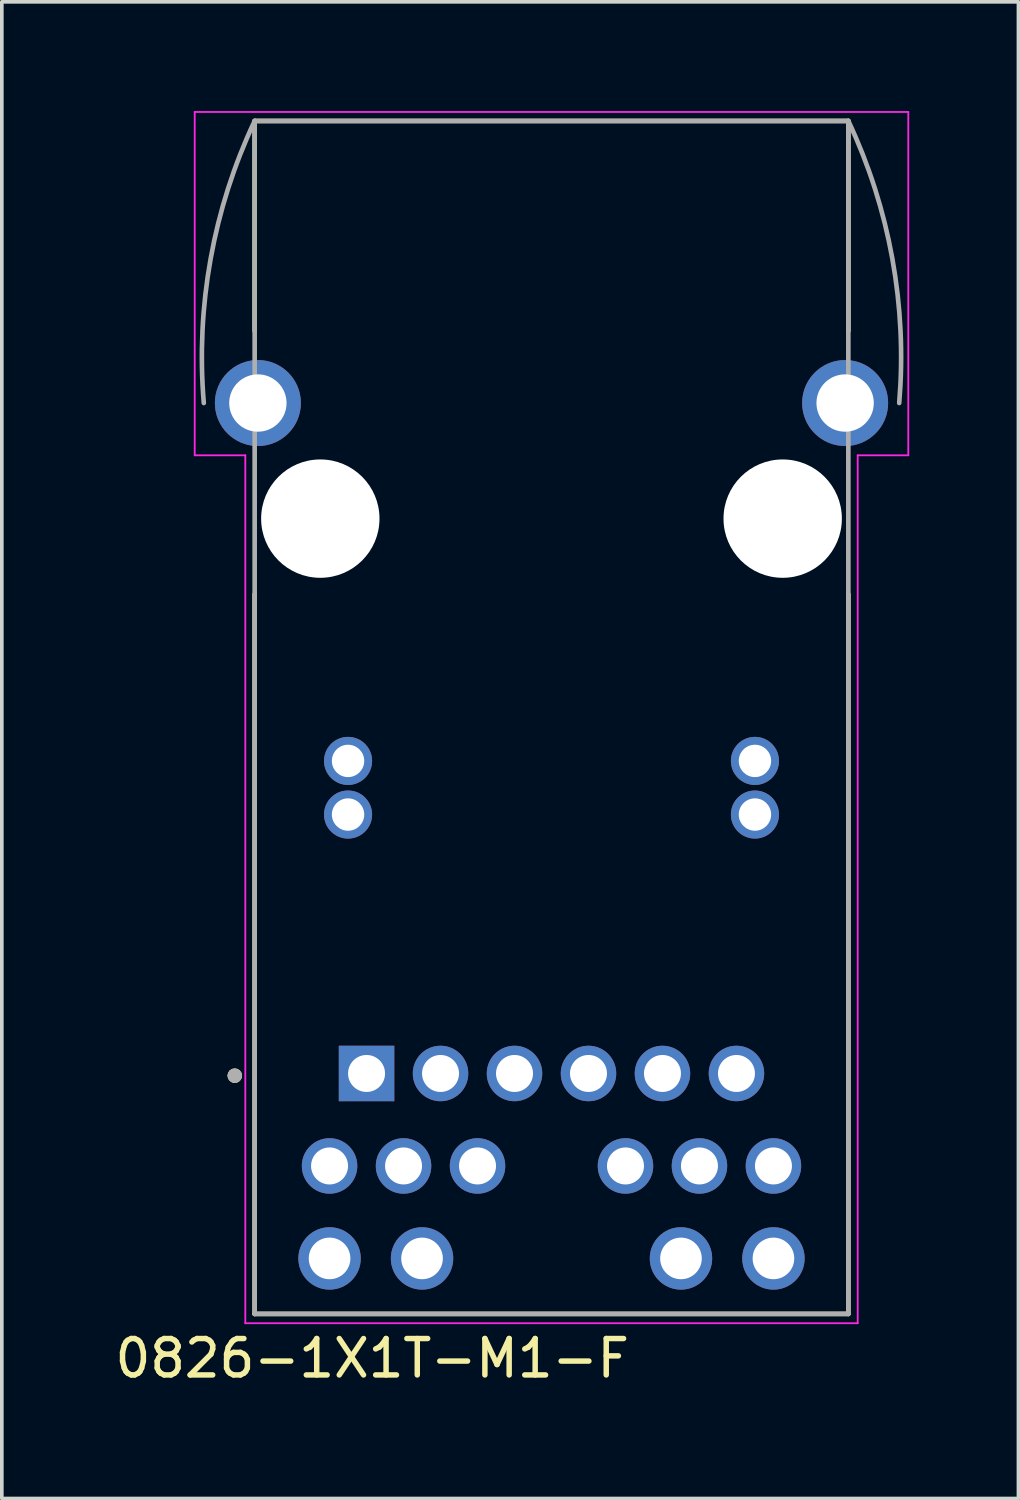
<source format=kicad_pcb>
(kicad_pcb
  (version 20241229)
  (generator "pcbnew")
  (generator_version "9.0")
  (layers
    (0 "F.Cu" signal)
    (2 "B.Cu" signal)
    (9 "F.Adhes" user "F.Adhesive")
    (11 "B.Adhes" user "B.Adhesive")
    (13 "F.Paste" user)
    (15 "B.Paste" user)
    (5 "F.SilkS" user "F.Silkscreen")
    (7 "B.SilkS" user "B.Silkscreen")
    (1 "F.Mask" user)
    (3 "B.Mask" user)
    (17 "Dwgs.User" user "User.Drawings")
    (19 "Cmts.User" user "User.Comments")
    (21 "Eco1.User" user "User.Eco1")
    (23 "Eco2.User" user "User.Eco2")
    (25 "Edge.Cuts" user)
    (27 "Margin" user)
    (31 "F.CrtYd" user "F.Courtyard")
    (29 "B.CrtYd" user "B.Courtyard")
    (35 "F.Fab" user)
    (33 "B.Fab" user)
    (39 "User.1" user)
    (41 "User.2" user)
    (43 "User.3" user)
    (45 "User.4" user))
  (footprint "0826-1X1T-M1-F"
    (layer "F.Cu")
    (at 12.098 11.195)
    (property "Reference" "0826-1X1T-M1-F" (at -4.925 23.065 0) (layer "F.SilkS") (effects (font (size 1 1) (thickness 0.15))))
    (attr through_hole)
    (fp_line (start -8.153 -5.156) (end -8.153 -10.922) (stroke (width 0.127) (type solid)) (layer "F.SilkS"))
    (fp_line (start -8.153 21.844) (end -8.153 2.078) (stroke (width 0.127) (type solid)) (layer "F.SilkS"))
    (fp_line (start -8.153 21.844) (end 8.153 21.844) (stroke (width 0.127) (type solid)) (layer "F.SilkS"))
    (fp_line (start 8.153 -10.922) (end -8.153 -10.922) (stroke (width 0.127) (type solid)) (layer "F.SilkS"))
    (fp_line (start 8.153 -5.156) (end 8.153 -10.922) (stroke (width 0.127) (type solid)) (layer "F.SilkS"))
    (fp_line (start 8.153 21.844) (end 8.153 2.078) (stroke (width 0.127) (type solid)) (layer "F.SilkS"))
    (fp_circle (center -8.7 15.3) (end -8.6 15.3) (stroke (width 0.2) (type solid)) (fill no) (layer "F.SilkS"))
    (fp_line (start -9.8 -11.17) (end 9.8 -11.17) (stroke (width 0.05) (type solid)) (layer "F.CrtYd"))
    (fp_line (start -9.8 -1.74) (end -9.8 -11.17) (stroke (width 0.05) (type solid)) (layer "F.CrtYd"))
    (fp_line (start -8.41 -1.74) (end -9.8 -1.74) (stroke (width 0.05) (type solid)) (layer "F.CrtYd"))
    (fp_line (start -8.41 22.1) (end -8.41 -1.74) (stroke (width 0.05) (type solid)) (layer "F.CrtYd"))
    (fp_line (start 8.41 -1.74) (end 8.41 22.1) (stroke (width 0.05) (type solid)) (layer "F.CrtYd"))
    (fp_line (start 8.41 22.1) (end -8.41 22.1) (stroke (width 0.05) (type solid)) (layer "F.CrtYd"))
    (fp_line (start 9.8 -11.17) (end 9.8 -1.74) (stroke (width 0.05) (type solid)) (layer "F.CrtYd"))
    (fp_line (start 9.8 -1.74) (end 8.41 -1.74) (stroke (width 0.05) (type solid)) (layer "F.CrtYd"))
    (fp_line (start -8.153 -10.922) (end -8.153 21.844) (stroke (width 0.127) (type solid)) (layer "F.Fab"))
    (fp_line (start -8.153 21.844) (end 8.153 21.844) (stroke (width 0.127) (type solid)) (layer "F.Fab"))
    (fp_line (start 8.153 -10.922) (end -8.153 -10.922) (stroke (width 0.127) (type solid)) (layer "F.Fab"))
    (fp_line (start 8.153 21.844) (end 8.153 -10.922) (stroke (width 0.127) (type solid)) (layer "F.Fab"))
    (fp_arc (start -9.5504 -3.175) (mid -9.361856 -7.140459) (end -8.1534 -10.922) (stroke (width 0.127) (type solid)) (layer "F.Fab"))
    (fp_arc (start 8.1534 -10.922) (mid 9.361856 -7.140459) (end 9.5504 -3.175) (stroke (width 0.127) (type solid)) (layer "F.Fab"))
    (fp_circle (center -8.7 15.3) (end -8.6 15.3) (stroke (width 0.2) (type solid)) (fill no) (layer "F.Fab"))
    (pad "" np_thru_hole circle (at -6.35 0) (size 3.251 3.251) (drill 3.251) (layers "*.Cu" "*.Mask"))
    (pad "" np_thru_hole circle (at 6.35 0) (size 3.251 3.251) (drill 3.251) (layers "*.Cu" "*.Mask"))
    (pad "1" thru_hole rect (at -5.08 15.24) (size 1.524 1.524) (drill 1.016) (layers "*.Cu" "*.Mask"))
    (pad "2" thru_hole circle (at -3.048 15.24) (size 1.524 1.524) (drill 1.016) (layers "*.Cu" "*.Mask"))
    (pad "3" thru_hole circle (at -1.016 15.24) (size 1.524 1.524) (drill 1.016) (layers "*.Cu" "*.Mask"))
    (pad "4" thru_hole circle (at 1.016 15.24) (size 1.524 1.524) (drill 1.016) (layers "*.Cu" "*.Mask"))
    (pad "5" thru_hole circle (at 3.048 15.24) (size 1.524 1.524) (drill 1.016) (layers "*.Cu" "*.Mask"))
    (pad "6" thru_hole circle (at 5.08 15.24) (size 1.524 1.524) (drill 1.016) (layers "*.Cu" "*.Mask"))
    (pad "7" thru_hole circle (at -6.096 17.78) (size 1.524 1.524) (drill 1.016) (layers "*.Cu" "*.Mask"))
    (pad "8" thru_hole circle (at -4.064 17.78) (size 1.524 1.524) (drill 1.016) (layers "*.Cu" "*.Mask"))
    (pad "9" thru_hole circle (at -2.032 17.78) (size 1.524 1.524) (drill 1.016) (layers "*.Cu" "*.Mask"))
    (pad "10" thru_hole circle (at 2.032 17.78) (size 1.524 1.524) (drill 1.016) (layers "*.Cu" "*.Mask"))
    (pad "11" thru_hole circle (at 4.064 17.78) (size 1.524 1.524) (drill 1.016) (layers "*.Cu" "*.Mask"))
    (pad "12" thru_hole circle (at 6.096 17.78) (size 1.524 1.524) (drill 1.016) (layers "*.Cu" "*.Mask"))
    (pad "13" thru_hole circle (at -5.588 8.128) (size 1.321 1.321) (drill 0.889) (layers "*.Cu" "*.Mask"))
    (pad "14" thru_hole circle (at 5.588 8.128) (size 1.321 1.321) (drill 0.889) (layers "*.Cu" "*.Mask"))
    (pad "15" thru_hole circle (at -5.588 6.655) (size 1.321 1.321) (drill 0.889) (layers "*.Cu" "*.Mask"))
    (pad "16" thru_hole circle (at 5.588 6.655) (size 1.321 1.321) (drill 0.889) (layers "*.Cu" "*.Mask"))
    (pad "17" thru_hole circle (at -6.096 20.32) (size 1.714 1.714) (drill 1.143) (layers "*.Cu" "*.Mask"))
    (pad "18" thru_hole circle (at -3.556 20.32) (size 1.714 1.714) (drill 1.143) (layers "*.Cu" "*.Mask"))
    (pad "19" thru_hole circle (at 3.556 20.32) (size 1.714 1.714) (drill 1.143) (layers "*.Cu" "*.Mask"))
    (pad "20" thru_hole circle (at 6.096 20.32) (size 1.714 1.714) (drill 1.143) (layers "*.Cu" "*.Mask"))
    (pad "S1" thru_hole circle (at -8.065 -3.175) (size 2.362 2.362) (drill 1.575) (layers "*.Cu" "*.Mask"))
    (pad "S2" thru_hole circle (at 8.065 -3.175) (size 2.362 2.362) (drill 1.575) (layers "*.Cu" "*.Mask"))
    (zone (net_name "") (layer "F.Cu") (hatch full 0.508) (connect_pads) (min_thickness 0.01) (filled_areas_thickness no) (keepout (tracks not_allowed) (vias not_allowed) (pads not_allowed) (copperpour not_allowed) (footprints allowed)) (placement (enabled no)) (fill) (polygon (pts (xy 3.182 24.784) (xy 6.103 24.784) (xy 6.103 31.261) (xy 3.182 31.261))))
    (zone (net_name "") (layer "F.Cu") (hatch full 0.508) (connect_pads) (min_thickness 0.01) (filled_areas_thickness no) (keepout (tracks not_allowed) (vias not_allowed) (pads not_allowed) (copperpour not_allowed) (footprints allowed)) (placement (enabled no)) (fill) (polygon (pts (xy 18.092 24.784) (xy 21.013 24.784) (xy 21.013 31.261) (xy 18.092 31.261))))
    (zone (net_name "") (layer "F.Cu") (hatch full 0.508) (connect_pads) (min_thickness 0.01) (filled_areas_thickness no) (keepout (tracks not_allowed) (vias not_allowed) (pads not_allowed) (copperpour not_allowed) (footprints allowed)) (placement (enabled no)) (fill) (polygon (pts (xy 3.182 7.182) (xy 6.103 7.182) (xy 6.103 3.321) (xy 18.092 3.321) (xy 18.092 7.182) (xy 21.013 7.182) (xy 21.013 0.273) (xy 3.182 0.273))))
    (zone (net_name "") (layers "F.Cu" "B.Cu") (hatch full 0.508) (connect_pads) (min_thickness 0.01) (filled_areas_thickness no) (keepout (tracks allowed) (vias not_allowed) (pads allowed) (copperpour allowed) (footprints allowed)) (placement (enabled no)) (fill) (polygon (pts (xy 3.182 24.784) (xy 6.103 24.784) (xy 6.103 31.261) (xy 3.182 31.261))))
    (zone (net_name "") (layers "F.Cu" "B.Cu") (hatch full 0.508) (connect_pads) (min_thickness 0.01) (filled_areas_thickness no) (keepout (tracks allowed) (vias not_allowed) (pads allowed) (copperpour allowed) (footprints allowed)) (placement (enabled no)) (fill) (polygon (pts (xy 18.092 24.784) (xy 21.013 24.784) (xy 21.013 31.261) (xy 18.092 31.261))))
    (zone (net_name "") (layers "F.Cu" "B.Cu") (hatch full 0.508) (connect_pads) (min_thickness 0.01) (filled_areas_thickness no) (keepout (tracks allowed) (vias not_allowed) (pads allowed) (copperpour allowed) (footprints allowed)) (placement (enabled no)) (fill) (polygon (pts (xy 3.182 7.182) (xy 6.103 7.182) (xy 6.103 3.321) (xy 18.092 3.321) (xy 18.092 7.182) (xy 21.013 7.182) (xy 21.013 0.273) (xy 3.182 0.273)))))
  (gr_rect
    (start -3 -3)
    (end 24.923 38.108)
    (stroke (width 0.1) (type default))
    (fill no)
    (layer "Edge.Cuts")))
</source>
